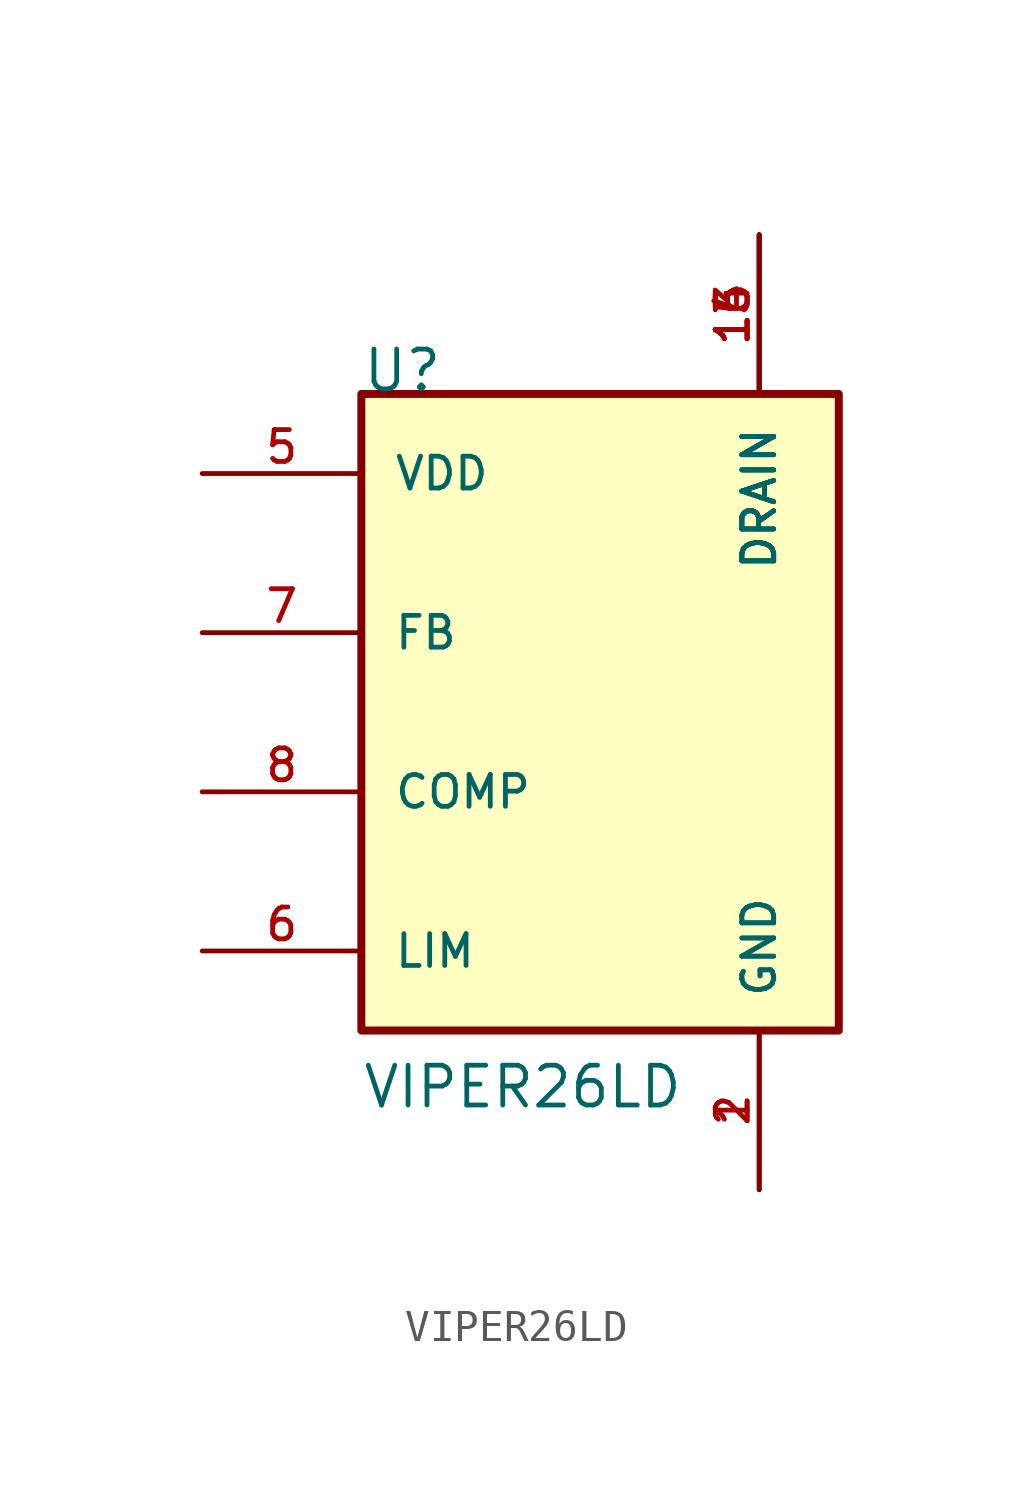
<source format=kicad_sym>
(kicad_symbol_lib
  (version 20211014)
  (generator kicad_symbol_editor)
  (symbol "VIPER26LD"
    (pin_names
      (offset 1.016))
    (property "Reference" "U"
      (at -7.62 10.16 0)
      (effects (font (size 1.27 1.27)) (justify bottom left)))
    (property "Value" "VIPER26LD"
      (at -7.62 -12.7 0)
      (effects (font (size 1.27 1.27)) (justify bottom left)))
    (symbol "VIPER26LD_0_0"
      (rectangle (start -7.62 -10.16) (end 7.62 10.16) (stroke (width 0.254)) (fill (type background)))
      (pin bidirectional line (at -12.7 -2.54 0) (length 5.08) (name "COMP" (effects (font (size 1.016 1.016)))) (number "8" (effects (font (size 1.016 1.016)))))
      (pin bidirectional line (at 5.08 15.24 270.0) (length 5.08) (name "DRAIN" (effects (font (size 1.016 1.016)))) (number "13" (effects (font (size 1.016 1.016)))))
      (pin bidirectional line (at 5.08 15.24 270.0) (length 5.08) (name "DRAIN" (effects (font (size 1.016 1.016)))) (number "14" (effects (font (size 1.016 1.016)))))
      (pin bidirectional line (at 5.08 15.24 270.0) (length 5.08) (name "DRAIN" (effects (font (size 1.016 1.016)))) (number "15" (effects (font (size 1.016 1.016)))))
      (pin bidirectional line (at 5.08 15.24 270.0) (length 5.08) (name "DRAIN" (effects (font (size 1.016 1.016)))) (number "16" (effects (font (size 1.016 1.016)))))
      (pin bidirectional line (at -12.7 2.54 0) (length 5.08) (name "FB" (effects (font (size 1.016 1.016)))) (number "7" (effects (font (size 1.016 1.016)))))
      (pin bidirectional line (at 5.08 -15.24 90.0) (length 5.08) (name "GND" (effects (font (size 1.016 1.016)))) (number "1" (effects (font (size 1.016 1.016)))))
      (pin bidirectional line (at 5.08 -15.24 90.0) (length 5.08) (name "GND" (effects (font (size 1.016 1.016)))) (number "2" (effects (font (size 1.016 1.016)))))
      (pin bidirectional line (at -12.7 -7.62 0) (length 5.08) (name "LIM" (effects (font (size 1.016 1.016)))) (number "6" (effects (font (size 1.016 1.016)))))
      (pin bidirectional line (at -12.7 7.62 0) (length 5.08) (name "VDD" (effects (font (size 1.016 1.016)))) (number "5" (effects (font (size 1.016 1.016))))))))
</source>
